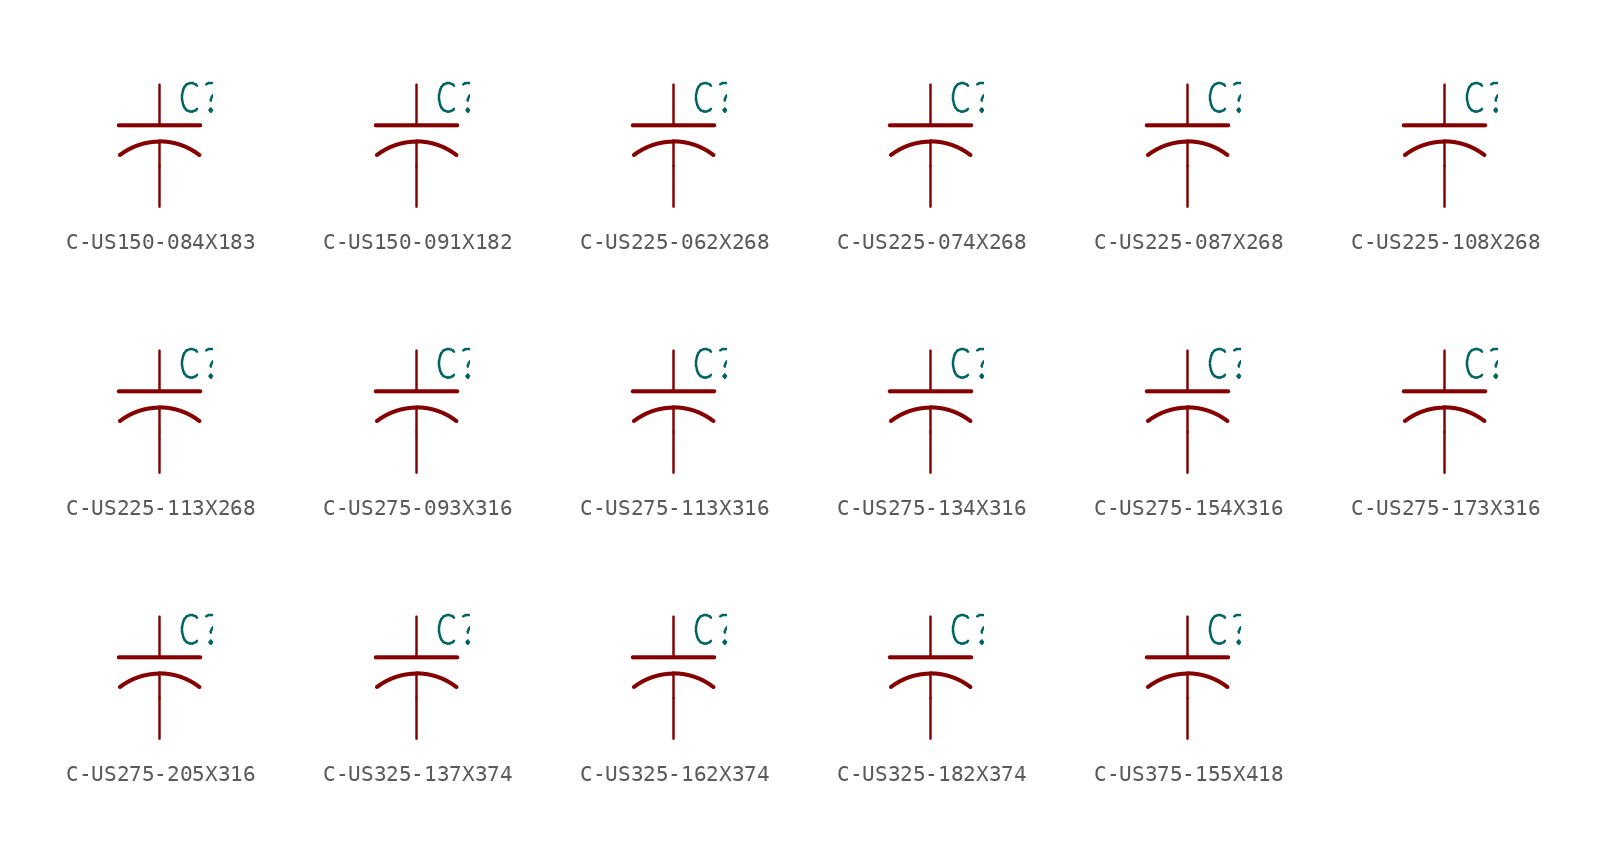
<source format=kicad_sym>
(kicad_symbol_lib
  (version 20241209)
  (generator "kicad_symbol_editor")
  (generator_version "9.0")
  (symbol "C-US150-084X183"
    (property "Reference" "C"
      (at 1.016 0.635 0)
      (effects (font (size 1.778 1.511)) (justify left bottom)))
    (property "Value" ""
      (at 1.016 -4.191 0)
      (effects (font (size 1.778 1.511)) (justify left bottom)))
    (property "ki_locked" ""
      (at 0 0 0)
      (effects (font (size 1.27 1.27))))
    (symbol "C-US150-084X183_1_0"
      (polyline (pts (xy -2.54 0) (xy 2.54 0)) (stroke (width 0.254) (type solid)) (fill (type none)))
      (polyline (pts (xy 0 -1.016) (xy 0 -2.54)) (stroke (width 0.152) (type solid)) (fill (type none)))
      (arc (start 0 -1) (mid 1.3158 -1.2195) (end 2.4892 -1.8541) (stroke (width 0.254) (type solid)) (fill (type none)))
      (arc (start -2.4668 -1.8504) (mid -1.302 -1.2303) (end 0 -1.0161) (stroke (width 0.254) (type solid)) (fill (type none)))
      (pin passive line (at 0 2.54 270) (length 2.54) (name "1" (effects (font (size 0 0)))) (number "1" (effects (font (size 0 0)))))
      (pin passive line (at 0 -5.08 90) (length 2.54) (name "2" (effects (font (size 0 0)))) (number "2" (effects (font (size 0 0)))))))
  (symbol "C-US150-091X182"
    (property "Reference" "C"
      (at 1.016 0.635 0)
      (effects (font (size 1.778 1.511)) (justify left bottom)))
    (property "Value" ""
      (at 1.016 -4.191 0)
      (effects (font (size 1.778 1.511)) (justify left bottom)))
    (property "ki_locked" ""
      (at 0 0 0)
      (effects (font (size 1.27 1.27))))
    (symbol "C-US150-091X182_1_0"
      (polyline (pts (xy -2.54 0) (xy 2.54 0)) (stroke (width 0.254) (type solid)) (fill (type none)))
      (polyline (pts (xy 0 -1.016) (xy 0 -2.54)) (stroke (width 0.152) (type solid)) (fill (type none)))
      (arc (start 0 -1) (mid 1.3158 -1.2195) (end 2.4892 -1.8541) (stroke (width 0.254) (type solid)) (fill (type none)))
      (arc (start -2.4668 -1.8504) (mid -1.302 -1.2303) (end 0 -1.0161) (stroke (width 0.254) (type solid)) (fill (type none)))
      (pin passive line (at 0 2.54 270) (length 2.54) (name "1" (effects (font (size 0 0)))) (number "1" (effects (font (size 0 0)))))
      (pin passive line (at 0 -5.08 90) (length 2.54) (name "2" (effects (font (size 0 0)))) (number "2" (effects (font (size 0 0)))))))
  (symbol "C-US225-062X268"
    (property "Reference" "C"
      (at 1.016 0.635 0)
      (effects (font (size 1.778 1.511)) (justify left bottom)))
    (property "Value" ""
      (at 1.016 -4.191 0)
      (effects (font (size 1.778 1.511)) (justify left bottom)))
    (property "ki_locked" ""
      (at 0 0 0)
      (effects (font (size 1.27 1.27))))
    (symbol "C-US225-062X268_1_0"
      (polyline (pts (xy -2.54 0) (xy 2.54 0)) (stroke (width 0.254) (type solid)) (fill (type none)))
      (polyline (pts (xy 0 -1.016) (xy 0 -2.54)) (stroke (width 0.152) (type solid)) (fill (type none)))
      (arc (start 0 -1) (mid 1.3158 -1.2195) (end 2.4892 -1.8541) (stroke (width 0.254) (type solid)) (fill (type none)))
      (arc (start -2.4668 -1.8504) (mid -1.302 -1.2303) (end 0 -1.0161) (stroke (width 0.254) (type solid)) (fill (type none)))
      (pin passive line (at 0 2.54 270) (length 2.54) (name "1" (effects (font (size 0 0)))) (number "1" (effects (font (size 0 0)))))
      (pin passive line (at 0 -5.08 90) (length 2.54) (name "2" (effects (font (size 0 0)))) (number "2" (effects (font (size 0 0)))))))
  (symbol "C-US225-074X268"
    (property "Reference" "C"
      (at 1.016 0.635 0)
      (effects (font (size 1.778 1.511)) (justify left bottom)))
    (property "Value" ""
      (at 1.016 -4.191 0)
      (effects (font (size 1.778 1.511)) (justify left bottom)))
    (property "ki_locked" ""
      (at 0 0 0)
      (effects (font (size 1.27 1.27))))
    (symbol "C-US225-074X268_1_0"
      (polyline (pts (xy -2.54 0) (xy 2.54 0)) (stroke (width 0.254) (type solid)) (fill (type none)))
      (polyline (pts (xy 0 -1.016) (xy 0 -2.54)) (stroke (width 0.152) (type solid)) (fill (type none)))
      (arc (start 0 -1) (mid 1.3158 -1.2195) (end 2.4892 -1.8541) (stroke (width 0.254) (type solid)) (fill (type none)))
      (arc (start -2.4668 -1.8504) (mid -1.302 -1.2303) (end 0 -1.0161) (stroke (width 0.254) (type solid)) (fill (type none)))
      (pin passive line (at 0 2.54 270) (length 2.54) (name "1" (effects (font (size 0 0)))) (number "1" (effects (font (size 0 0)))))
      (pin passive line (at 0 -5.08 90) (length 2.54) (name "2" (effects (font (size 0 0)))) (number "2" (effects (font (size 0 0)))))))
  (symbol "C-US225-087X268"
    (property "Reference" "C"
      (at 1.016 0.635 0)
      (effects (font (size 1.778 1.511)) (justify left bottom)))
    (property "Value" ""
      (at 1.016 -4.191 0)
      (effects (font (size 1.778 1.511)) (justify left bottom)))
    (property "ki_locked" ""
      (at 0 0 0)
      (effects (font (size 1.27 1.27))))
    (symbol "C-US225-087X268_1_0"
      (polyline (pts (xy -2.54 0) (xy 2.54 0)) (stroke (width 0.254) (type solid)) (fill (type none)))
      (polyline (pts (xy 0 -1.016) (xy 0 -2.54)) (stroke (width 0.152) (type solid)) (fill (type none)))
      (arc (start 0 -1) (mid 1.3158 -1.2195) (end 2.4892 -1.8541) (stroke (width 0.254) (type solid)) (fill (type none)))
      (arc (start -2.4668 -1.8504) (mid -1.302 -1.2303) (end 0 -1.0161) (stroke (width 0.254) (type solid)) (fill (type none)))
      (pin passive line (at 0 2.54 270) (length 2.54) (name "1" (effects (font (size 0 0)))) (number "1" (effects (font (size 0 0)))))
      (pin passive line (at 0 -5.08 90) (length 2.54) (name "2" (effects (font (size 0 0)))) (number "2" (effects (font (size 0 0)))))))
  (symbol "C-US225-108X268"
    (property "Reference" "C"
      (at 1.016 0.635 0)
      (effects (font (size 1.778 1.511)) (justify left bottom)))
    (property "Value" ""
      (at 1.016 -4.191 0)
      (effects (font (size 1.778 1.511)) (justify left bottom)))
    (property "ki_locked" ""
      (at 0 0 0)
      (effects (font (size 1.27 1.27))))
    (symbol "C-US225-108X268_1_0"
      (polyline (pts (xy -2.54 0) (xy 2.54 0)) (stroke (width 0.254) (type solid)) (fill (type none)))
      (polyline (pts (xy 0 -1.016) (xy 0 -2.54)) (stroke (width 0.152) (type solid)) (fill (type none)))
      (arc (start 0 -1) (mid 1.3158 -1.2195) (end 2.4892 -1.8541) (stroke (width 0.254) (type solid)) (fill (type none)))
      (arc (start -2.4668 -1.8504) (mid -1.302 -1.2303) (end 0 -1.0161) (stroke (width 0.254) (type solid)) (fill (type none)))
      (pin passive line (at 0 2.54 270) (length 2.54) (name "1" (effects (font (size 0 0)))) (number "1" (effects (font (size 0 0)))))
      (pin passive line (at 0 -5.08 90) (length 2.54) (name "2" (effects (font (size 0 0)))) (number "2" (effects (font (size 0 0)))))))
  (symbol "C-US225-113X268"
    (property "Reference" "C"
      (at 1.016 0.635 0)
      (effects (font (size 1.778 1.511)) (justify left bottom)))
    (property "Value" ""
      (at 1.016 -4.191 0)
      (effects (font (size 1.778 1.511)) (justify left bottom)))
    (property "ki_locked" ""
      (at 0 0 0)
      (effects (font (size 1.27 1.27))))
    (symbol "C-US225-113X268_1_0"
      (polyline (pts (xy -2.54 0) (xy 2.54 0)) (stroke (width 0.254) (type solid)) (fill (type none)))
      (polyline (pts (xy 0 -1.016) (xy 0 -2.54)) (stroke (width 0.152) (type solid)) (fill (type none)))
      (arc (start 0 -1) (mid 1.3158 -1.2195) (end 2.4892 -1.8541) (stroke (width 0.254) (type solid)) (fill (type none)))
      (arc (start -2.4668 -1.8504) (mid -1.302 -1.2303) (end 0 -1.0161) (stroke (width 0.254) (type solid)) (fill (type none)))
      (pin passive line (at 0 2.54 270) (length 2.54) (name "1" (effects (font (size 0 0)))) (number "1" (effects (font (size 0 0)))))
      (pin passive line (at 0 -5.08 90) (length 2.54) (name "2" (effects (font (size 0 0)))) (number "2" (effects (font (size 0 0)))))))
  (symbol "C-US275-093X316"
    (property "Reference" "C"
      (at 1.016 0.635 0)
      (effects (font (size 1.778 1.511)) (justify left bottom)))
    (property "Value" ""
      (at 1.016 -4.191 0)
      (effects (font (size 1.778 1.511)) (justify left bottom)))
    (property "ki_locked" ""
      (at 0 0 0)
      (effects (font (size 1.27 1.27))))
    (symbol "C-US275-093X316_1_0"
      (polyline (pts (xy -2.54 0) (xy 2.54 0)) (stroke (width 0.254) (type solid)) (fill (type none)))
      (polyline (pts (xy 0 -1.016) (xy 0 -2.54)) (stroke (width 0.152) (type solid)) (fill (type none)))
      (arc (start 0 -1) (mid 1.3158 -1.2195) (end 2.4892 -1.8541) (stroke (width 0.254) (type solid)) (fill (type none)))
      (arc (start -2.4668 -1.8504) (mid -1.302 -1.2303) (end 0 -1.0161) (stroke (width 0.254) (type solid)) (fill (type none)))
      (pin passive line (at 0 2.54 270) (length 2.54) (name "1" (effects (font (size 0 0)))) (number "1" (effects (font (size 0 0)))))
      (pin passive line (at 0 -5.08 90) (length 2.54) (name "2" (effects (font (size 0 0)))) (number "2" (effects (font (size 0 0)))))))
  (symbol "C-US275-113X316"
    (property "Reference" "C"
      (at 1.016 0.635 0)
      (effects (font (size 1.778 1.511)) (justify left bottom)))
    (property "Value" ""
      (at 1.016 -4.191 0)
      (effects (font (size 1.778 1.511)) (justify left bottom)))
    (property "ki_locked" ""
      (at 0 0 0)
      (effects (font (size 1.27 1.27))))
    (symbol "C-US275-113X316_1_0"
      (polyline (pts (xy -2.54 0) (xy 2.54 0)) (stroke (width 0.254) (type solid)) (fill (type none)))
      (polyline (pts (xy 0 -1.016) (xy 0 -2.54)) (stroke (width 0.152) (type solid)) (fill (type none)))
      (arc (start 0 -1) (mid 1.3158 -1.2195) (end 2.4892 -1.8541) (stroke (width 0.254) (type solid)) (fill (type none)))
      (arc (start -2.4668 -1.8504) (mid -1.302 -1.2303) (end 0 -1.0161) (stroke (width 0.254) (type solid)) (fill (type none)))
      (pin passive line (at 0 2.54 270) (length 2.54) (name "1" (effects (font (size 0 0)))) (number "1" (effects (font (size 0 0)))))
      (pin passive line (at 0 -5.08 90) (length 2.54) (name "2" (effects (font (size 0 0)))) (number "2" (effects (font (size 0 0)))))))
  (symbol "C-US275-134X316"
    (property "Reference" "C"
      (at 1.016 0.635 0)
      (effects (font (size 1.778 1.511)) (justify left bottom)))
    (property "Value" ""
      (at 1.016 -4.191 0)
      (effects (font (size 1.778 1.511)) (justify left bottom)))
    (property "ki_locked" ""
      (at 0 0 0)
      (effects (font (size 1.27 1.27))))
    (symbol "C-US275-134X316_1_0"
      (polyline (pts (xy -2.54 0) (xy 2.54 0)) (stroke (width 0.254) (type solid)) (fill (type none)))
      (polyline (pts (xy 0 -1.016) (xy 0 -2.54)) (stroke (width 0.152) (type solid)) (fill (type none)))
      (arc (start 0 -1) (mid 1.3158 -1.2195) (end 2.4892 -1.8541) (stroke (width 0.254) (type solid)) (fill (type none)))
      (arc (start -2.4668 -1.8504) (mid -1.302 -1.2303) (end 0 -1.0161) (stroke (width 0.254) (type solid)) (fill (type none)))
      (pin passive line (at 0 2.54 270) (length 2.54) (name "1" (effects (font (size 0 0)))) (number "1" (effects (font (size 0 0)))))
      (pin passive line (at 0 -5.08 90) (length 2.54) (name "2" (effects (font (size 0 0)))) (number "2" (effects (font (size 0 0)))))))
  (symbol "C-US275-154X316"
    (property "Reference" "C"
      (at 1.016 0.635 0)
      (effects (font (size 1.778 1.511)) (justify left bottom)))
    (property "Value" ""
      (at 1.016 -4.191 0)
      (effects (font (size 1.778 1.511)) (justify left bottom)))
    (property "ki_locked" ""
      (at 0 0 0)
      (effects (font (size 1.27 1.27))))
    (symbol "C-US275-154X316_1_0"
      (polyline (pts (xy -2.54 0) (xy 2.54 0)) (stroke (width 0.254) (type solid)) (fill (type none)))
      (polyline (pts (xy 0 -1.016) (xy 0 -2.54)) (stroke (width 0.152) (type solid)) (fill (type none)))
      (arc (start 0 -1) (mid 1.3158 -1.2195) (end 2.4892 -1.8541) (stroke (width 0.254) (type solid)) (fill (type none)))
      (arc (start -2.4668 -1.8504) (mid -1.302 -1.2303) (end 0 -1.0161) (stroke (width 0.254) (type solid)) (fill (type none)))
      (pin passive line (at 0 2.54 270) (length 2.54) (name "1" (effects (font (size 0 0)))) (number "1" (effects (font (size 0 0)))))
      (pin passive line (at 0 -5.08 90) (length 2.54) (name "2" (effects (font (size 0 0)))) (number "2" (effects (font (size 0 0)))))))
  (symbol "C-US275-173X316"
    (property "Reference" "C"
      (at 1.016 0.635 0)
      (effects (font (size 1.778 1.511)) (justify left bottom)))
    (property "Value" ""
      (at 1.016 -4.191 0)
      (effects (font (size 1.778 1.511)) (justify left bottom)))
    (property "ki_locked" ""
      (at 0 0 0)
      (effects (font (size 1.27 1.27))))
    (symbol "C-US275-173X316_1_0"
      (polyline (pts (xy -2.54 0) (xy 2.54 0)) (stroke (width 0.254) (type solid)) (fill (type none)))
      (polyline (pts (xy 0 -1.016) (xy 0 -2.54)) (stroke (width 0.152) (type solid)) (fill (type none)))
      (arc (start 0 -1) (mid 1.3158 -1.2195) (end 2.4892 -1.8541) (stroke (width 0.254) (type solid)) (fill (type none)))
      (arc (start -2.4668 -1.8504) (mid -1.302 -1.2303) (end 0 -1.0161) (stroke (width 0.254) (type solid)) (fill (type none)))
      (pin passive line (at 0 2.54 270) (length 2.54) (name "1" (effects (font (size 0 0)))) (number "1" (effects (font (size 0 0)))))
      (pin passive line (at 0 -5.08 90) (length 2.54) (name "2" (effects (font (size 0 0)))) (number "2" (effects (font (size 0 0)))))))
  (symbol "C-US275-205X316"
    (property "Reference" "C"
      (at 1.016 0.635 0)
      (effects (font (size 1.778 1.511)) (justify left bottom)))
    (property "Value" ""
      (at 1.016 -4.191 0)
      (effects (font (size 1.778 1.511)) (justify left bottom)))
    (property "ki_locked" ""
      (at 0 0 0)
      (effects (font (size 1.27 1.27))))
    (symbol "C-US275-205X316_1_0"
      (polyline (pts (xy -2.54 0) (xy 2.54 0)) (stroke (width 0.254) (type solid)) (fill (type none)))
      (polyline (pts (xy 0 -1.016) (xy 0 -2.54)) (stroke (width 0.152) (type solid)) (fill (type none)))
      (arc (start 0 -1) (mid 1.3158 -1.2195) (end 2.4892 -1.8541) (stroke (width 0.254) (type solid)) (fill (type none)))
      (arc (start -2.4668 -1.8504) (mid -1.302 -1.2303) (end 0 -1.0161) (stroke (width 0.254) (type solid)) (fill (type none)))
      (pin passive line (at 0 2.54 270) (length 2.54) (name "1" (effects (font (size 0 0)))) (number "1" (effects (font (size 0 0)))))
      (pin passive line (at 0 -5.08 90) (length 2.54) (name "2" (effects (font (size 0 0)))) (number "2" (effects (font (size 0 0)))))))
  (symbol "C-US325-137X374"
    (property "Reference" "C"
      (at 1.016 0.635 0)
      (effects (font (size 1.778 1.511)) (justify left bottom)))
    (property "Value" ""
      (at 1.016 -4.191 0)
      (effects (font (size 1.778 1.511)) (justify left bottom)))
    (property "ki_locked" ""
      (at 0 0 0)
      (effects (font (size 1.27 1.27))))
    (symbol "C-US325-137X374_1_0"
      (polyline (pts (xy -2.54 0) (xy 2.54 0)) (stroke (width 0.254) (type solid)) (fill (type none)))
      (polyline (pts (xy 0 -1.016) (xy 0 -2.54)) (stroke (width 0.152) (type solid)) (fill (type none)))
      (arc (start 0 -1) (mid 1.3158 -1.2195) (end 2.4892 -1.8541) (stroke (width 0.254) (type solid)) (fill (type none)))
      (arc (start -2.4668 -1.8504) (mid -1.302 -1.2303) (end 0 -1.0161) (stroke (width 0.254) (type solid)) (fill (type none)))
      (pin passive line (at 0 2.54 270) (length 2.54) (name "1" (effects (font (size 0 0)))) (number "1" (effects (font (size 0 0)))))
      (pin passive line (at 0 -5.08 90) (length 2.54) (name "2" (effects (font (size 0 0)))) (number "2" (effects (font (size 0 0)))))))
  (symbol "C-US325-162X374"
    (property "Reference" "C"
      (at 1.016 0.635 0)
      (effects (font (size 1.778 1.511)) (justify left bottom)))
    (property "Value" ""
      (at 1.016 -4.191 0)
      (effects (font (size 1.778 1.511)) (justify left bottom)))
    (property "ki_locked" ""
      (at 0 0 0)
      (effects (font (size 1.27 1.27))))
    (symbol "C-US325-162X374_1_0"
      (polyline (pts (xy -2.54 0) (xy 2.54 0)) (stroke (width 0.254) (type solid)) (fill (type none)))
      (polyline (pts (xy 0 -1.016) (xy 0 -2.54)) (stroke (width 0.152) (type solid)) (fill (type none)))
      (arc (start 0 -1) (mid 1.3158 -1.2195) (end 2.4892 -1.8541) (stroke (width 0.254) (type solid)) (fill (type none)))
      (arc (start -2.4668 -1.8504) (mid -1.302 -1.2303) (end 0 -1.0161) (stroke (width 0.254) (type solid)) (fill (type none)))
      (pin passive line (at 0 2.54 270) (length 2.54) (name "1" (effects (font (size 0 0)))) (number "1" (effects (font (size 0 0)))))
      (pin passive line (at 0 -5.08 90) (length 2.54) (name "2" (effects (font (size 0 0)))) (number "2" (effects (font (size 0 0)))))))
  (symbol "C-US325-182X374"
    (property "Reference" "C"
      (at 1.016 0.635 0)
      (effects (font (size 1.778 1.511)) (justify left bottom)))
    (property "Value" ""
      (at 1.016 -4.191 0)
      (effects (font (size 1.778 1.511)) (justify left bottom)))
    (property "ki_locked" ""
      (at 0 0 0)
      (effects (font (size 1.27 1.27))))
    (symbol "C-US325-182X374_1_0"
      (polyline (pts (xy -2.54 0) (xy 2.54 0)) (stroke (width 0.254) (type solid)) (fill (type none)))
      (polyline (pts (xy 0 -1.016) (xy 0 -2.54)) (stroke (width 0.152) (type solid)) (fill (type none)))
      (arc (start 0 -1) (mid 1.3158 -1.2195) (end 2.4892 -1.8541) (stroke (width 0.254) (type solid)) (fill (type none)))
      (arc (start -2.4668 -1.8504) (mid -1.302 -1.2303) (end 0 -1.0161) (stroke (width 0.254) (type solid)) (fill (type none)))
      (pin passive line (at 0 2.54 270) (length 2.54) (name "1" (effects (font (size 0 0)))) (number "1" (effects (font (size 0 0)))))
      (pin passive line (at 0 -5.08 90) (length 2.54) (name "2" (effects (font (size 0 0)))) (number "2" (effects (font (size 0 0)))))))
  (symbol "C-US375-155X418"
    (property "Reference" "C"
      (at 1.016 0.635 0)
      (effects (font (size 1.778 1.511)) (justify left bottom)))
    (property "Value" ""
      (at 1.016 -4.191 0)
      (effects (font (size 1.778 1.511)) (justify left bottom)))
    (property "ki_locked" ""
      (at 0 0 0)
      (effects (font (size 1.27 1.27))))
    (symbol "C-US375-155X418_1_0"
      (polyline (pts (xy -2.54 0) (xy 2.54 0)) (stroke (width 0.254) (type solid)) (fill (type none)))
      (polyline (pts (xy 0 -1.016) (xy 0 -2.54)) (stroke (width 0.152) (type solid)) (fill (type none)))
      (arc (start 0 -1) (mid 1.3158 -1.2195) (end 2.4892 -1.8541) (stroke (width 0.254) (type solid)) (fill (type none)))
      (arc (start -2.4668 -1.8504) (mid -1.302 -1.2303) (end 0 -1.0161) (stroke (width 0.254) (type solid)) (fill (type none)))
      (pin passive line (at 0 2.54 270) (length 2.54) (name "1" (effects (font (size 0 0)))) (number "1" (effects (font (size 0 0)))))
      (pin passive line (at 0 -5.08 90) (length 2.54) (name "2" (effects (font (size 0 0)))) (number "2" (effects (font (size 0 0))))))))
</source>
